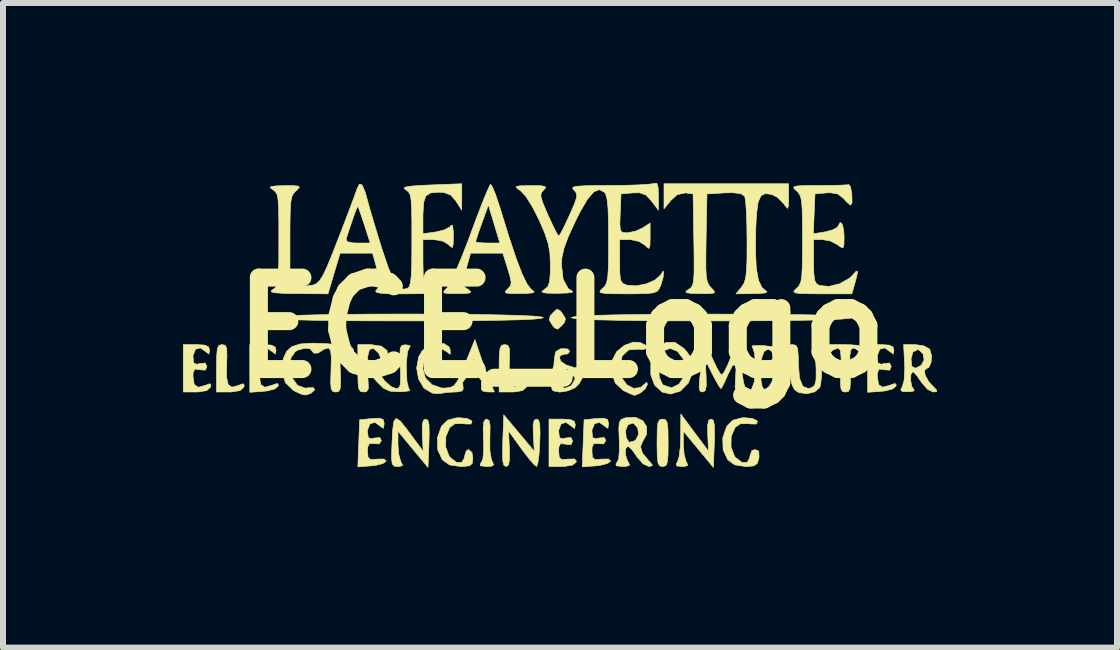
<source format=kicad_pcb>
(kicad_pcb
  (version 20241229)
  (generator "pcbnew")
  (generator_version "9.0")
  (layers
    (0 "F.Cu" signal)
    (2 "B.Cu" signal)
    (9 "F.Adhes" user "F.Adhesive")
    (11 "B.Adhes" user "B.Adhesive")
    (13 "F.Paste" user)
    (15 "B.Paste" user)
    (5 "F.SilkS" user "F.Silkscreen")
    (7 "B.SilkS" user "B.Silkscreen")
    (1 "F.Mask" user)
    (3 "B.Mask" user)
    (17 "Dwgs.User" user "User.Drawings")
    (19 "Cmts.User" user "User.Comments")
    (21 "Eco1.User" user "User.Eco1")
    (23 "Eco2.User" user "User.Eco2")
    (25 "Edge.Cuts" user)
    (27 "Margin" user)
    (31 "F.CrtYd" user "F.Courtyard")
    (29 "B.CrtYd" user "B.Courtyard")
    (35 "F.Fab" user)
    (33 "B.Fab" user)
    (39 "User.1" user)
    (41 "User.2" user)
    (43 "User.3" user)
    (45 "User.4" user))
  (footprint "ECE_Logo"
    (layer "F.Cu")
    (at 6.309 2.412)
    (property "Reference" "ECE_Logo" (at 0 0 0) (layer "F.SilkS") (effects (font (size 1.524 1.524) (thickness 0.3))))
    (attr through_hole)
    (fp_poly (pts (xy -0.024 -0.285) (xy 0.016 -0.235) (xy 0.067 -0.15) (xy 0.049 -0.085) (xy 0.008 -0.037) (xy -0.062 0.025) (xy -0.115 0.003) (xy -0.155 -0.047) (xy -0.205 -0.132) (xy -0.187 -0.197) (xy -0.146 -0.245) (xy -0.077 -0.308) (xy -0.024 -0.285)) (stroke (width 0.01) (type solid)) (fill yes) (layer "F.SilkS"))
    (fp_poly (pts (xy -1.207 1.547) (xy -1.19 1.632) (xy -1.192 1.801) (xy -1.194 1.836) (xy -1.193 2.052) (xy -1.168 2.199) (xy -1.153 2.231) (xy -1.129 2.287) (xy -1.17 2.31) (xy -1.253 2.313) (xy -1.35 2.303) (xy -1.356 2.272) (xy -1.346 2.264) (xy -1.31 2.19) (xy -1.296 2.033) (xy -1.3 1.87) (xy -1.305 1.674) (xy -1.294 1.567) (xy -1.264 1.526) (xy -1.247 1.524) (xy -1.207 1.547)) (stroke (width 0.01) (type solid)) (fill yes) (layer "F.SilkS"))
    (fp_poly (pts (xy 1.734 1.535) (xy 1.762 1.583) (xy 1.775 1.692) (xy 1.778 1.888) (xy 1.778 1.919) (xy 1.776 2.127) (xy 1.764 2.246) (xy 1.739 2.3) (xy 1.693 2.314) (xy 1.686 2.314) (xy 1.637 2.304) (xy 1.609 2.255) (xy 1.597 2.146) (xy 1.593 1.951) (xy 1.593 1.919) (xy 1.596 1.711) (xy 1.607 1.593) (xy 1.633 1.538) (xy 1.678 1.524) (xy 1.686 1.524) (xy 1.734 1.535)) (stroke (width 0.01) (type solid)) (fill yes) (layer "F.SilkS"))
    (fp_poly (pts (xy -5.605 0.293) (xy -5.58 0.345) (xy -5.576 0.464) (xy -5.581 0.598) (xy -5.583 0.822) (xy -5.556 0.949) (xy -5.494 0.992) (xy -5.39 0.964) (xy -5.39 0.964) (xy -5.307 0.934) (xy -5.288 0.96) (xy -5.295 0.99) (xy -5.359 1.049) (xy -5.506 1.072) (xy -5.535 1.072) (xy -5.75 1.072) (xy -5.75 0.677) (xy -5.747 0.47) (xy -5.736 0.351) (xy -5.71 0.296) (xy -5.665 0.282) (xy -5.657 0.282) (xy -5.605 0.293)) (stroke (width 0.01) (type solid)) (fill yes) (layer "F.SilkS"))
    (fp_poly (pts (xy -0.895 0.293) (xy -0.869 0.345) (xy -0.865 0.464) (xy -0.87 0.598) (xy -0.872 0.822) (xy -0.846 0.949) (xy -0.784 0.992) (xy -0.679 0.964) (xy -0.679 0.964) (xy -0.596 0.934) (xy -0.577 0.96) (xy -0.584 0.99) (xy -0.649 1.049) (xy -0.796 1.072) (xy -0.825 1.072) (xy -1.039 1.072) (xy -1.039 0.677) (xy -1.037 0.47) (xy -1.025 0.351) (xy -1 0.296) (xy -0.954 0.282) (xy -0.947 0.282) (xy -0.895 0.293)) (stroke (width 0.01) (type solid)) (fill yes) (layer "F.SilkS"))
    (fp_poly (pts (xy 2.22 1.75) (xy 2.452 2.06) (xy 2.438 1.792) (xy 2.436 1.623) (xy 2.456 1.542) (xy 2.493 1.524) (xy 2.53 1.543) (xy 2.548 1.617) (xy 2.552 1.765) (xy 2.548 1.926) (xy 2.532 2.329) (xy 2.282 2.027) (xy 2.032 1.725) (xy 2.032 1.952) (xy 2.045 2.114) (xy 2.077 2.231) (xy 2.087 2.246) (xy 2.108 2.295) (xy 2.053 2.313) (xy 2.009 2.314) (xy 1.922 2.305) (xy 1.914 2.269) (xy 1.93 2.246) (xy 1.96 2.155) (xy 1.981 1.985) (xy 1.987 1.809) (xy 1.989 1.439) (xy 2.22 1.75)) (stroke (width 0.01) (type solid)) (fill yes) (layer "F.SilkS"))
    (fp_poly (pts (xy -0.708 1.756) (xy -0.453 2.06) (xy -0.469 1.792) (xy -0.473 1.624) (xy -0.454 1.542) (xy -0.416 1.524) (xy -0.379 1.544) (xy -0.361 1.618) (xy -0.357 1.768) (xy -0.362 1.919) (xy -0.374 2.114) (xy -0.393 2.255) (xy -0.414 2.314) (xy -0.415 2.314) (xy -0.463 2.275) (xy -0.551 2.171) (xy -0.662 2.026) (xy -0.668 2.018) (xy -0.882 1.722) (xy -0.868 2.018) (xy -0.866 2.197) (xy -0.882 2.288) (xy -0.922 2.314) (xy -0.924 2.314) (xy -0.959 2.295) (xy -0.978 2.224) (xy -0.982 2.079) (xy -0.978 1.884) (xy -0.962 1.453) (xy -0.708 1.756)) (stroke (width 0.01) (type solid)) (fill yes) (layer "F.SilkS"))
    (fp_poly (pts (xy 1.311 0.247) (xy 1.411 0.297) (xy 1.425 0.343) (xy 1.36 0.365) (xy 1.278 0.358) (xy 1.12 0.37) (xy 1.013 0.471) (xy 0.97 0.65) (xy 0.97 0.673) (xy 1.005 0.835) (xy 1.092 0.955) (xy 1.207 1.013) (xy 1.324 0.994) (xy 1.376 0.948) (xy 1.422 0.91) (xy 1.432 0.946) (xy 1.395 1.02) (xy 1.311 1.091) (xy 1.224 1.127) (xy 1.215 1.127) (xy 1.151 1.104) (xy 1.043 1.053) (xy 1.029 1.046) (xy 0.896 0.921) (xy 0.837 0.736) (xy 0.851 0.535) (xy 0.92 0.4) (xy 1.048 0.295) (xy 1.199 0.241) (xy 1.311 0.247)) (stroke (width 0.01) (type solid)) (fill yes) (layer "F.SilkS"))
    (fp_poly (pts (xy -2.689 1.555) (xy -2.586 1.681) (xy -2.535 1.75) (xy -2.305 2.06) (xy -2.319 1.792) (xy -2.321 1.623) (xy -2.301 1.542) (xy -2.263 1.524) (xy -2.227 1.543) (xy -2.208 1.617) (xy -2.205 1.765) (xy -2.209 1.926) (xy -2.225 2.329) (xy -2.475 2.027) (xy -2.725 1.725) (xy -2.725 1.952) (xy -2.712 2.114) (xy -2.679 2.231) (xy -2.669 2.246) (xy -2.647 2.297) (xy -2.703 2.314) (xy -2.727 2.314) (xy -2.788 2.308) (xy -2.821 2.272) (xy -2.832 2.18) (xy -2.828 2.006) (xy -2.826 1.962) (xy -2.814 1.708) (xy -2.793 1.561) (xy -2.755 1.512) (xy -2.689 1.555)) (stroke (width 0.01) (type solid)) (fill yes) (layer "F.SilkS"))
    (fp_poly (pts (xy 3.109 -0.225) (xy 3.615 -0.221) (xy 4.037 -0.216) (xy 4.372 -0.208) (xy 4.62 -0.199) (xy 4.778 -0.187) (xy 4.846 -0.173) (xy 4.849 -0.169) (xy 4.803 -0.155) (xy 4.666 -0.143) (xy 4.44 -0.133) (xy 4.126 -0.125) (xy 3.725 -0.119) (xy 3.238 -0.115) (xy 2.668 -0.113) (xy 2.491 -0.113) (xy 1.889 -0.114) (xy 1.376 -0.117) (xy 0.952 -0.123) (xy 0.618 -0.13) (xy 0.375 -0.14) (xy 0.223 -0.152) (xy 0.162 -0.166) (xy 0.162 -0.169) (xy 0.215 -0.183) (xy 0.358 -0.196) (xy 0.589 -0.206) (xy 0.906 -0.214) (xy 1.305 -0.22) (xy 1.785 -0.224) (xy 2.343 -0.226) (xy 2.52 -0.226) (xy 3.109 -0.225)) (stroke (width 0.01) (type solid)) (fill yes) (layer "F.SilkS"))
    (fp_poly (pts (xy -5.947 0.29) (xy -5.881 0.321) (xy -5.865 0.378) (xy -5.878 0.44) (xy -5.921 0.406) (xy -6.018 0.337) (xy -6.1 0.359) (xy -6.141 0.462) (xy -6.142 0.486) (xy -6.13 0.59) (xy -6.077 0.61) (xy -6.027 0.598) (xy -5.938 0.589) (xy -5.911 0.645) (xy -5.911 0.649) (xy -5.936 0.708) (xy -6.021 0.702) (xy -6.027 0.701) (xy -6.112 0.69) (xy -6.14 0.75) (xy -6.142 0.809) (xy -6.122 0.948) (xy -6.053 0.994) (xy -5.94 0.962) (xy -5.859 0.934) (xy -5.842 0.963) (xy -5.849 0.99) (xy -5.913 1.049) (xy -6.06 1.072) (xy -6.089 1.072) (xy -6.304 1.072) (xy -6.304 0.282) (xy -6.084 0.282) (xy -5.947 0.29)) (stroke (width 0.01) (type solid)) (fill yes) (layer "F.SilkS"))
    (fp_poly (pts (xy -4.839 0.29) (xy -4.773 0.321) (xy -4.757 0.378) (xy -4.769 0.44) (xy -4.812 0.406) (xy -4.91 0.337) (xy -4.992 0.359) (xy -5.033 0.462) (xy -5.034 0.486) (xy -5.022 0.59) (xy -4.968 0.61) (xy -4.918 0.598) (xy -4.83 0.589) (xy -4.803 0.645) (xy -4.803 0.649) (xy -4.827 0.708) (xy -4.912 0.702) (xy -4.918 0.701) (xy -5.003 0.69) (xy -5.032 0.75) (xy -5.034 0.809) (xy -5.014 0.947) (xy -4.946 0.993) (xy -4.826 0.96) (xy -4.739 0.929) (xy -4.718 0.955) (xy -4.722 0.973) (xy -4.777 1.02) (xy -4.898 1.053) (xy -4.968 1.061) (xy -5.195 1.077) (xy -5.195 0.282) (xy -4.976 0.282) (xy -4.839 0.29)) (stroke (width 0.01) (type solid)) (fill yes) (layer "F.SilkS"))
    (fp_poly (pts (xy 0.149 1.532) (xy 0.215 1.563) (xy 0.231 1.62) (xy 0.218 1.682) (xy 0.175 1.648) (xy 0.078 1.579) (xy -0.004 1.601) (xy -0.045 1.704) (xy -0.046 1.728) (xy -0.034 1.832) (xy 0.019 1.852) (xy 0.069 1.839) (xy 0.158 1.831) (xy 0.185 1.886) (xy 0.185 1.891) (xy 0.16 1.95) (xy 0.075 1.944) (xy 0.069 1.942) (xy -0.014 1.931) (xy -0.044 1.989) (xy -0.046 2.06) (xy -0.037 2.163) (xy 0.008 2.198) (xy 0.11 2.191) (xy 0.217 2.188) (xy 0.248 2.223) (xy 0.244 2.242) (xy 0.183 2.29) (xy 0.05 2.313) (xy 0.007 2.314) (xy -0.208 2.314) (xy -0.208 1.524) (xy 0.012 1.524) (xy 0.149 1.532)) (stroke (width 0.01) (type solid)) (fill yes) (layer "F.SilkS"))
    (fp_poly (pts (xy 5.459 0.29) (xy 5.526 0.321) (xy 5.542 0.378) (xy 5.529 0.44) (xy 5.486 0.406) (xy 5.389 0.337) (xy 5.306 0.359) (xy 5.266 0.462) (xy 5.265 0.486) (xy 5.276 0.59) (xy 5.33 0.61) (xy 5.38 0.598) (xy 5.469 0.589) (xy 5.496 0.645) (xy 5.496 0.649) (xy 5.471 0.708) (xy 5.386 0.702) (xy 5.38 0.701) (xy 5.295 0.69) (xy 5.267 0.75) (xy 5.265 0.809) (xy 5.285 0.947) (xy 5.352 0.993) (xy 5.473 0.96) (xy 5.559 0.929) (xy 5.58 0.955) (xy 5.577 0.973) (xy 5.522 1.02) (xy 5.401 1.053) (xy 5.33 1.061) (xy 5.103 1.077) (xy 5.103 0.282) (xy 5.322 0.282) (xy 5.459 0.29)) (stroke (width 0.01) (type solid)) (fill yes) (layer "F.SilkS"))
    (fp_poly (pts (xy -1.995 -0.226) (xy -1.617 -0.222) (xy -1.267 -0.218) (xy -0.954 -0.211) (xy -0.69 -0.203) (xy -0.486 -0.194) (xy -0.353 -0.182) (xy -0.3 -0.169) (xy -0.3 -0.169) (xy -0.338 -0.155) (xy -0.468 -0.142) (xy -0.69 -0.132) (xy -1.001 -0.124) (xy -1.403 -0.118) (xy -1.895 -0.114) (xy -2.475 -0.113) (xy -2.586 -0.113) (xy -3.182 -0.114) (xy -3.689 -0.117) (xy -4.107 -0.123) (xy -4.435 -0.131) (xy -4.672 -0.14) (xy -4.818 -0.152) (xy -4.872 -0.167) (xy -4.872 -0.169) (xy -4.821 -0.182) (xy -4.688 -0.193) (xy -4.485 -0.203) (xy -4.222 -0.211) (xy -3.909 -0.218) (xy -3.559 -0.222) (xy -3.182 -0.226) (xy -2.788 -0.227) (xy -2.389 -0.227) (xy -1.995 -0.226)) (stroke (width 0.01) (type solid)) (fill yes) (layer "F.SilkS"))
    (fp_poly (pts (xy -1.575 1.513) (xy -1.499 1.55) (xy -1.491 1.563) (xy -1.508 1.606) (xy -1.6 1.605) (xy -1.628 1.6) (xy -1.774 1.601) (xy -1.862 1.663) (xy -1.927 1.813) (xy -1.93 1.99) (xy -1.871 2.144) (xy -1.855 2.164) (xy -1.749 2.245) (xy -1.663 2.247) (xy -1.618 2.173) (xy -1.616 2.145) (xy -1.587 2.053) (xy -1.547 2.032) (xy -1.491 2.081) (xy -1.478 2.173) (xy -1.486 2.26) (xy -1.529 2.301) (xy -1.63 2.314) (xy -1.686 2.314) (xy -1.864 2.288) (xy -1.983 2.205) (xy -1.986 2.201) (xy -2.063 2.035) (xy -2.069 1.837) (xy -2.003 1.65) (xy -1.994 1.635) (xy -1.898 1.542) (xy -1.757 1.504) (xy -1.71 1.501) (xy -1.575 1.513)) (stroke (width 0.01) (type solid)) (fill yes) (layer "F.SilkS"))
    (fp_poly (pts (xy 2.045 0.35) (xy 2.086 0.397) (xy 2.177 0.527) (xy 2.205 0.637) (xy 2.195 0.721) (xy 2.115 0.922) (xy 1.983 1.056) (xy 1.82 1.106) (xy 1.677 1.073) (xy 1.552 0.957) (xy 1.489 0.785) (xy 1.489 0.669) (xy 1.616 0.669) (xy 1.633 0.83) (xy 1.683 0.943) (xy 1.697 0.956) (xy 1.835 1.002) (xy 1.958 0.942) (xy 2.03 0.833) (xy 2.075 0.71) (xy 2.066 0.609) (xy 2.03 0.522) (xy 1.933 0.394) (xy 1.811 0.345) (xy 1.694 0.388) (xy 1.683 0.398) (xy 1.632 0.508) (xy 1.616 0.669) (xy 1.489 0.669) (xy 1.49 0.59) (xy 1.56 0.407) (xy 1.591 0.364) (xy 1.737 0.247) (xy 1.889 0.243) (xy 2.045 0.35)) (stroke (width 0.01) (type solid)) (fill yes) (layer "F.SilkS"))
    (fp_poly (pts (xy 3.181 1.513) (xy 3.258 1.55) (xy 3.266 1.563) (xy 3.249 1.606) (xy 3.157 1.605) (xy 3.128 1.6) (xy 2.983 1.601) (xy 2.894 1.663) (xy 2.829 1.813) (xy 2.826 1.99) (xy 2.885 2.144) (xy 2.902 2.164) (xy 3.008 2.245) (xy 3.094 2.247) (xy 3.138 2.173) (xy 3.14 2.145) (xy 3.173 2.05) (xy 3.226 2.032) (xy 3.288 2.057) (xy 3.293 2.151) (xy 3.29 2.173) (xy 3.265 2.262) (xy 3.209 2.303) (xy 3.092 2.314) (xy 3.066 2.314) (xy 2.886 2.286) (xy 2.771 2.201) (xy 2.694 2.035) (xy 2.688 1.837) (xy 2.753 1.65) (xy 2.763 1.635) (xy 2.858 1.542) (xy 2.999 1.504) (xy 3.047 1.501) (xy 3.181 1.513)) (stroke (width 0.01) (type solid)) (fill yes) (layer "F.SilkS"))
    (fp_poly (pts (xy -2.972 1.531) (xy -2.956 1.592) (xy -2.956 1.605) (xy -2.967 1.678) (xy -3.009 1.651) (xy -3.011 1.648) (xy -3.109 1.579) (xy -3.191 1.601) (xy -3.232 1.704) (xy -3.233 1.728) (xy -3.221 1.832) (xy -3.167 1.852) (xy -3.117 1.839) (xy -3.027 1.832) (xy -3.002 1.882) (xy -3.037 1.937) (xy -3.117 1.933) (xy -3.201 1.929) (xy -3.23 1.992) (xy -3.233 2.06) (xy -3.224 2.161) (xy -3.181 2.198) (xy -3.075 2.191) (xy -3.07 2.191) (xy -2.96 2.189) (xy -2.923 2.221) (xy -2.924 2.227) (xy -2.975 2.264) (xy -3.088 2.293) (xy -3.167 2.303) (xy -3.394 2.319) (xy -3.379 1.927) (xy -3.364 1.535) (xy -3.16 1.515) (xy -3.032 1.509) (xy -2.972 1.531)) (stroke (width 0.01) (type solid)) (fill yes) (layer "F.SilkS"))
    (fp_poly (pts (xy 0.768 1.531) (xy 0.785 1.592) (xy 0.785 1.605) (xy 0.774 1.678) (xy 0.732 1.651) (xy 0.73 1.648) (xy 0.632 1.579) (xy 0.55 1.601) (xy 0.509 1.704) (xy 0.508 1.728) (xy 0.52 1.832) (xy 0.574 1.852) (xy 0.623 1.839) (xy 0.714 1.832) (xy 0.739 1.882) (xy 0.704 1.937) (xy 0.623 1.933) (xy 0.54 1.929) (xy 0.51 1.992) (xy 0.508 2.06) (xy 0.516 2.161) (xy 0.56 2.198) (xy 0.666 2.191) (xy 0.67 2.191) (xy 0.781 2.189) (xy 0.818 2.221) (xy 0.817 2.227) (xy 0.765 2.264) (xy 0.652 2.293) (xy 0.574 2.303) (xy 0.346 2.319) (xy 0.362 1.927) (xy 0.377 1.535) (xy 0.581 1.515) (xy 0.708 1.509) (xy 0.768 1.531)) (stroke (width 0.01) (type solid)) (fill yes) (layer "F.SilkS"))
    (fp_poly (pts (xy 3.367 0.299) (xy 3.538 0.32) (xy 3.637 0.37) (xy 3.666 0.409) (xy 3.69 0.538) (xy 3.635 0.647) (xy 3.515 0.715) (xy 3.471 0.723) (xy 3.367 0.753) (xy 3.328 0.824) (xy 3.325 0.874) (xy 3.347 0.988) (xy 3.383 1.035) (xy 3.382 1.054) (xy 3.308 1.067) (xy 3.281 1.068) (xy 3.18 1.063) (xy 3.159 1.034) (xy 3.177 1.005) (xy 3.212 0.91) (xy 3.229 0.754) (xy 3.23 0.639) (xy 3.333 0.639) (xy 3.375 0.672) (xy 3.426 0.668) (xy 3.51 0.62) (xy 3.533 0.508) (xy 3.506 0.393) (xy 3.444 0.357) (xy 3.378 0.396) (xy 3.335 0.51) (xy 3.333 0.527) (xy 3.333 0.639) (xy 3.23 0.639) (xy 3.231 0.579) (xy 3.217 0.424) (xy 3.186 0.328) (xy 3.175 0.318) (xy 3.184 0.303) (xy 3.265 0.297) (xy 3.367 0.299)) (stroke (width 0.01) (type solid)) (fill yes) (layer "F.SilkS"))
    (fp_poly (pts (xy 0.104 0.355) (xy 0.139 0.394) (xy 0.102 0.439) (xy 0.063 0.44) (xy -0.013 0.461) (xy -0.034 0.494) (xy -0.011 0.562) (xy 0.08 0.623) (xy 0.216 0.666) (xy 0.338 0.679) (xy 0.432 0.687) (xy 0.446 0.714) (xy 0.416 0.751) (xy 0.335 0.859) (xy 0.295 0.933) (xy 0.222 1.004) (xy 0.101 1.054) (xy -0.031 1.074) (xy -0.132 1.054) (xy -0.152 1.037) (xy -0.18 0.945) (xy -0.181 0.858) (xy -0.069 0.858) (xy -0.042 0.937) (xy 0.052 1.011) (xy 0.152 0.973) (xy 0.175 0.948) (xy 0.226 0.857) (xy 0.214 0.806) (xy 0.156 0.813) (xy 0.104 0.817) (xy 0.109 0.763) (xy 0.112 0.689) (xy 0.064 0.69) (xy -0.018 0.763) (xy -0.021 0.768) (xy -0.069 0.858) (xy -0.181 0.858) (xy -0.181 0.814) (xy -0.155 0.717) (xy -0.152 0.713) (xy -0.127 0.632) (xy -0.118 0.52) (xy -0.098 0.403) (xy -0.023 0.355) (xy 0.012 0.349) (xy 0.104 0.355)) (stroke (width 0.01) (type solid)) (fill yes) (layer "F.SilkS"))
    (fp_poly (pts (xy 2.985 0.328) (xy 2.999 0.471) (xy 3.002 0.571) (xy 3.011 0.76) (xy 3.035 0.916) (xy 3.05 0.963) (xy 3.072 1.045) (xy 3.025 1.071) (xy 2.99 1.072) (xy 2.918 1.059) (xy 2.894 0.996) (xy 2.9 0.878) (xy 2.909 0.692) (xy 2.891 0.612) (xy 2.846 0.639) (xy 2.778 0.774) (xy 2.777 0.776) (xy 2.715 0.916) (xy 2.669 1.003) (xy 2.657 1.016) (xy 2.624 0.972) (xy 2.561 0.861) (xy 2.517 0.776) (xy 2.396 0.536) (xy 2.411 0.804) (xy 2.414 0.971) (xy 2.395 1.052) (xy 2.351 1.072) (xy 2.309 1.057) (xy 2.295 0.992) (xy 2.304 0.853) (xy 2.313 0.776) (xy 2.337 0.577) (xy 2.358 0.402) (xy 2.365 0.339) (xy 2.379 0.272) (xy 2.403 0.275) (xy 2.449 0.361) (xy 2.508 0.494) (xy 2.581 0.652) (xy 2.642 0.76) (xy 2.671 0.79) (xy 2.71 0.743) (xy 2.77 0.623) (xy 2.816 0.51) (xy 2.881 0.362) (xy 2.937 0.272) (xy 2.963 0.259) (xy 2.985 0.328)) (stroke (width 0.01) (type solid)) (fill yes) (layer "F.SilkS"))
    (fp_poly (pts (xy 5.894 0.282) (xy 6.036 0.302) (xy 6.132 0.353) (xy 6.14 0.364) (xy 6.169 0.464) (xy 6.161 0.581) (xy 6.122 0.664) (xy 6.093 0.677) (xy 6.05 0.712) (xy 6.064 0.798) (xy 6.125 0.904) (xy 6.172 0.955) (xy 6.248 1.034) (xy 6.256 1.066) (xy 6.197 1.072) (xy 6.196 1.072) (xy 6.104 1.029) (xy 6.007 0.92) (xy 5.996 0.903) (xy 5.92 0.793) (xy 5.863 0.736) (xy 5.856 0.734) (xy 5.825 0.778) (xy 5.82 0.878) (xy 5.84 0.981) (xy 5.877 1.035) (xy 5.876 1.055) (xy 5.803 1.067) (xy 5.779 1.068) (xy 5.679 1.064) (xy 5.655 1.035) (xy 5.679 0.99) (xy 5.712 0.876) (xy 5.722 0.683) (xy 5.719 0.594) (xy 5.716 0.522) (xy 5.827 0.522) (xy 5.839 0.645) (xy 5.903 0.676) (xy 5.997 0.627) (xy 6.044 0.539) (xy 6.028 0.437) (xy 5.962 0.372) (xy 5.934 0.367) (xy 5.858 0.405) (xy 5.827 0.522) (xy 5.716 0.522) (xy 5.703 0.282) (xy 5.894 0.282)) (stroke (width 0.01) (type solid)) (fill yes) (layer "F.SilkS"))
    (fp_poly (pts (xy 1.356 1.552) (xy 1.421 1.653) (xy 1.418 1.781) (xy 1.358 1.888) (xy 1.317 1.982) (xy 1.35 2.09) (xy 1.462 2.226) (xy 1.478 2.242) (xy 1.519 2.295) (xy 1.477 2.311) (xy 1.452 2.312) (xy 1.361 2.27) (xy 1.265 2.161) (xy 1.254 2.145) (xy 1.176 2.034) (xy 1.115 1.978) (xy 1.107 1.976) (xy 1.069 2.019) (xy 1.067 2.116) (xy 1.1 2.22) (xy 1.118 2.246) (xy 1.136 2.292) (xy 1.082 2.311) (xy 1.014 2.313) (xy 0.915 2.303) (xy 0.907 2.273) (xy 0.916 2.264) (xy 0.954 2.189) (xy 0.966 2.03) (xy 0.963 1.874) (xy 0.957 1.716) (xy 1.068 1.716) (xy 1.079 1.834) (xy 1.127 1.911) (xy 1.207 1.892) (xy 1.24 1.869) (xy 1.285 1.78) (xy 1.271 1.672) (xy 1.206 1.597) (xy 1.189 1.591) (xy 1.109 1.618) (xy 1.068 1.716) (xy 0.957 1.716) (xy 0.956 1.685) (xy 0.964 1.58) (xy 0.996 1.529) (xy 1.06 1.505) (xy 1.074 1.501) (xy 1.235 1.495) (xy 1.356 1.552)) (stroke (width 0.01) (type solid)) (fill yes) (layer "F.SilkS"))
    (fp_poly (pts (xy -3.914 0.267) (xy -3.701 0.285) (xy -3.565 0.305) (xy -3.492 0.333) (xy -3.465 0.372) (xy -3.464 0.386) (xy -3.476 0.442) (xy -3.519 0.406) (xy -3.603 0.346) (xy -3.638 0.339) (xy -3.673 0.365) (xy -3.69 0.457) (xy -3.69 0.636) (xy -3.687 0.706) (xy -3.681 0.904) (xy -3.688 1.014) (xy -3.713 1.062) (xy -3.762 1.073) (xy -3.764 1.073) (xy -3.813 1.063) (xy -3.839 1.016) (xy -3.847 0.908) (xy -3.841 0.713) (xy -3.841 0.706) (xy -3.836 0.5) (xy -3.847 0.386) (xy -3.876 0.341) (xy -3.891 0.339) (xy -3.972 0.363) (xy -3.988 0.378) (xy -4.057 0.422) (xy -4.128 0.425) (xy -4.156 0.39) (xy -4.194 0.348) (xy -4.285 0.343) (xy -4.393 0.374) (xy -4.436 0.397) (xy -4.509 0.502) (xy -4.526 0.642) (xy -4.491 0.833) (xy -4.4 0.962) (xy -4.27 1.008) (xy -4.227 1.003) (xy -4.135 1) (xy -4.113 1.036) (xy -4.171 1.089) (xy -4.183 1.095) (xy -4.253 1.121) (xy -4.318 1.116) (xy -4.414 1.073) (xy -4.466 1.046) (xy -4.599 0.921) (xy -4.658 0.74) (xy -4.638 0.522) (xy -4.635 0.514) (xy -4.581 0.394) (xy -4.492 0.315) (xy -4.353 0.271) (xy -4.15 0.258) (xy -3.914 0.267)) (stroke (width 0.01) (type solid)) (fill yes) (layer "F.SilkS"))
    (fp_poly (pts (xy -3.003 0.308) (xy -2.907 0.382) (xy -2.894 0.498) (xy -2.955 0.635) (xy -3.013 0.736) (xy -3.011 0.803) (xy -2.945 0.889) (xy -2.939 0.895) (xy -2.839 0.982) (xy -2.752 1.016) (xy -2.709 1.002) (xy -2.686 0.946) (xy -2.681 0.821) (xy -2.686 0.649) (xy -2.693 0.452) (xy -2.687 0.343) (xy -2.662 0.296) (xy -2.61 0.286) (xy -2.586 0.287) (xy -2.521 0.299) (xy -2.528 0.32) (xy -2.565 0.396) (xy -2.584 0.571) (xy -2.586 0.677) (xy -2.576 0.893) (xy -2.547 1.014) (xy -2.528 1.035) (xy -2.536 1.052) (xy -2.616 1.064) (xy -2.699 1.068) (xy -2.854 1.059) (xy -2.963 1.011) (xy -3.075 0.902) (xy -3.086 0.889) (xy -3.244 0.706) (xy -3.223 0.889) (xy -3.218 1.016) (xy -3.25 1.066) (xy -3.298 1.072) (xy -3.349 1.063) (xy -3.378 1.018) (xy -3.391 0.913) (xy -3.394 0.724) (xy -3.394 0.677) (xy -3.394 0.508) (xy -3.233 0.508) (xy -3.208 0.641) (xy -3.145 0.676) (xy -3.058 0.607) (xy -3.048 0.593) (xy -3.014 0.502) (xy -3.048 0.423) (xy -3.136 0.342) (xy -3.202 0.366) (xy -3.232 0.488) (xy -3.233 0.508) (xy -3.394 0.508) (xy -3.394 0.282) (xy -3.177 0.282) (xy -3.003 0.308)) (stroke (width 0.01) (type solid)) (fill yes) (layer "F.SilkS"))
    (fp_poly (pts (xy -1.362 0.438) (xy -1.292 0.64) (xy -1.216 0.837) (xy -1.201 0.875) (xy -1.118 1.072) (xy -1.229 1.072) (xy -1.311 1.057) (xy -1.334 1.03) (xy -1.335 0.877) (xy -1.396 0.803) (xy -1.473 0.79) (xy -1.584 0.825) (xy -1.647 0.91) (xy -1.639 1.017) (xy -1.637 1.021) (xy -1.659 1.055) (xy -1.747 1.072) (xy -1.771 1.072) (xy -1.899 1.078) (xy -1.99 1.092) (xy -1.994 1.093) (xy -2.088 1.099) (xy -2.154 1.09) (xy -2.293 1.007) (xy -2.382 0.856) (xy -2.414 0.673) (xy -2.381 0.489) (xy -2.321 0.385) (xy -2.212 0.299) (xy -2.081 0.258) (xy -1.959 0.265) (xy -1.875 0.319) (xy -1.856 0.367) (xy -1.852 0.442) (xy -1.888 0.421) (xy -1.898 0.409) (xy -2.008 0.345) (xy -2.129 0.367) (xy -2.234 0.459) (xy -2.3 0.603) (xy -2.309 0.69) (xy -2.267 0.84) (xy -2.157 0.951) (xy -2.002 1.005) (xy -1.946 1.007) (xy -1.855 0.997) (xy -1.79 0.966) (xy -1.734 0.89) (xy -1.667 0.749) (xy -1.616 0.624) (xy -1.524 0.624) (xy -1.489 0.676) (xy -1.478 0.677) (xy -1.437 0.631) (xy -1.432 0.589) (xy -1.454 0.531) (xy -1.478 0.536) (xy -1.522 0.608) (xy -1.524 0.624) (xy -1.616 0.624) (xy -1.605 0.598) (xy -1.442 0.198) (xy -1.362 0.438)) (stroke (width 0.01) (type solid)) (fill yes) (layer "F.SilkS"))
    (fp_poly (pts (xy -1.15 -2.345) (xy -1.098 -2.218) (xy -1.036 -2.034) (xy -1.018 -1.976) (xy -0.876 -1.516) (xy -0.756 -1.158) (xy -0.656 -0.897) (xy -0.573 -0.726) (xy -0.504 -0.639) (xy -0.495 -0.632) (xy -0.454 -0.6) (xy -0.476 -0.581) (xy -0.572 -0.571) (xy -0.69 -0.568) (xy -0.846 -0.569) (xy -0.924 -0.579) (xy -0.937 -0.603) (xy -0.901 -0.642) (xy -0.851 -0.694) (xy -0.838 -0.755) (xy -0.859 -0.859) (xy -0.896 -0.981) (xy -0.977 -1.242) (xy -1.515 -1.242) (xy -1.589 -0.978) (xy -1.629 -0.825) (xy -1.65 -0.725) (xy -1.651 -0.704) (xy -1.607 -0.672) (xy -1.547 -0.631) (xy -1.511 -0.596) (xy -1.537 -0.577) (xy -1.637 -0.569) (xy -1.732 -0.567) (xy -1.883 -0.569) (xy -1.956 -0.579) (xy -1.963 -0.604) (xy -1.918 -0.653) (xy -1.907 -0.664) (xy -1.853 -0.749) (xy -1.773 -0.916) (xy -1.675 -1.147) (xy -1.568 -1.42) (xy -1.563 -1.432) (xy -1.432 -1.432) (xy -1.39 -1.419) (xy -1.286 -1.412) (xy -1.229 -1.411) (xy -1.027 -1.411) (xy -1.122 -1.728) (xy -1.218 -2.045) (xy -1.325 -1.749) (xy -1.383 -1.586) (xy -1.421 -1.469) (xy -1.432 -1.432) (xy -1.563 -1.432) (xy -1.512 -1.571) (xy -1.409 -1.848) (xy -1.317 -2.086) (xy -1.244 -2.266) (xy -1.195 -2.37) (xy -1.182 -2.39) (xy -1.15 -2.345)) (stroke (width 0.01) (type solid)) (fill yes) (layer "F.SilkS"))
    (fp_poly (pts (xy 4.63 0.282) (xy 4.826 0.285) (xy 4.947 0.296) (xy 5.01 0.319) (xy 5.032 0.358) (xy 5.034 0.378) (xy 5.021 0.44) (xy 4.978 0.406) (xy 4.894 0.346) (xy 4.859 0.339) (xy 4.824 0.365) (xy 4.808 0.457) (xy 4.808 0.636) (xy 4.811 0.706) (xy 4.816 0.904) (xy 4.809 1.014) (xy 4.784 1.062) (xy 4.735 1.073) (xy 4.734 1.073) (xy 4.684 1.063) (xy 4.658 1.016) (xy 4.651 0.908) (xy 4.656 0.713) (xy 4.657 0.706) (xy 4.661 0.499) (xy 4.65 0.384) (xy 4.62 0.341) (xy 4.608 0.339) (xy 4.521 0.376) (xy 4.489 0.406) (xy 4.443 0.446) (xy 4.433 0.406) (xy 4.403 0.343) (xy 4.387 0.339) (xy 4.361 0.39) (xy 4.344 0.52) (xy 4.34 0.635) (xy 4.334 0.816) (xy 4.318 0.954) (xy 4.305 0.997) (xy 4.222 1.069) (xy 4.092 1.101) (xy 3.96 1.082) (xy 3.94 1.073) (xy 3.885 1.032) (xy 3.846 0.96) (xy 3.816 0.833) (xy 3.79 0.629) (xy 3.774 0.466) (xy 3.771 0.338) (xy 3.806 0.288) (xy 3.853 0.282) (xy 3.907 0.294) (xy 3.936 0.348) (xy 3.947 0.47) (xy 3.949 0.6) (xy 3.967 0.84) (xy 4.023 0.978) (xy 4.116 1.015) (xy 4.177 0.997) (xy 4.222 0.956) (xy 4.243 0.869) (xy 4.245 0.709) (xy 4.241 0.621) (xy 4.226 0.282) (xy 4.63 0.282)) (stroke (width 0.01) (type solid)) (fill yes) (layer "F.SilkS"))
    (fp_poly (pts (xy 3.786 -2.173) (xy 3.783 -2.032) (xy 3.769 -1.989) (xy 3.731 -2.029) (xy 3.705 -2.067) (xy 3.601 -2.172) (xy 3.509 -2.22) (xy 3.4 -2.236) (xy 3.325 -2.198) (xy 3.278 -2.091) (xy 3.252 -1.9) (xy 3.239 -1.664) (xy 3.234 -1.276) (xy 3.248 -0.989) (xy 3.284 -0.79) (xy 3.342 -0.669) (xy 3.385 -0.632) (xy 3.426 -0.6) (xy 3.404 -0.58) (xy 3.308 -0.571) (xy 3.198 -0.568) (xy 2.909 -0.564) (xy 3.002 -0.677) (xy 3.042 -0.738) (xy 3.068 -0.818) (xy 3.084 -0.94) (xy 3.092 -1.126) (xy 3.093 -1.399) (xy 3.093 -1.453) (xy 3.09 -1.721) (xy 3.081 -1.95) (xy 3.069 -2.116) (xy 3.055 -2.19) (xy 2.99 -2.234) (xy 2.85 -2.25) (xy 2.721 -2.247) (xy 2.425 -2.23) (xy 2.411 -1.496) (xy 2.407 -1.194) (xy 2.407 -0.985) (xy 2.415 -0.847) (xy 2.433 -0.76) (xy 2.462 -0.703) (xy 2.497 -0.663) (xy 2.546 -0.61) (xy 2.548 -0.581) (xy 2.489 -0.569) (xy 2.355 -0.568) (xy 2.303 -0.568) (xy 2.15 -0.573) (xy 2.078 -0.585) (xy 2.076 -0.607) (xy 2.114 -0.634) (xy 2.156 -0.663) (xy 2.185 -0.705) (xy 2.202 -0.779) (xy 2.21 -0.903) (xy 2.211 -1.098) (xy 2.208 -1.382) (xy 2.206 -1.463) (xy 2.194 -2.23) (xy 2.068 -2.247) (xy 1.928 -2.217) (xy 1.825 -2.123) (xy 1.709 -1.981) (xy 1.709 -2.399) (xy 3.787 -2.399) (xy 3.786 -2.173)) (stroke (width 0.01) (type solid)) (fill yes) (layer "F.SilkS"))
    (fp_poly (pts (xy 4.819 -2.346) (xy 4.839 -2.231) (xy 4.84 -2.215) (xy 4.844 -2.078) (xy 4.816 -2.042) (xy 4.747 -2.102) (xy 4.708 -2.148) (xy 4.609 -2.228) (xy 4.474 -2.25) (xy 4.419 -2.247) (xy 4.226 -2.23) (xy 4.212 -1.897) (xy 4.198 -1.565) (xy 4.395 -1.597) (xy 4.52 -1.63) (xy 4.599 -1.673) (xy 4.609 -1.69) (xy 4.645 -1.755) (xy 4.681 -1.726) (xy 4.705 -1.62) (xy 4.711 -1.521) (xy 4.708 -1.378) (xy 4.69 -1.328) (xy 4.642 -1.351) (xy 4.608 -1.38) (xy 4.487 -1.443) (xy 4.354 -1.468) (xy 4.203 -1.468) (xy 4.203 -1.104) (xy 4.206 -0.904) (xy 4.221 -0.788) (xy 4.255 -0.729) (xy 4.299 -0.704) (xy 4.457 -0.688) (xy 4.638 -0.732) (xy 4.797 -0.822) (xy 4.838 -0.861) (xy 4.91 -0.938) (xy 4.936 -0.938) (xy 4.921 -0.852) (xy 4.891 -0.742) (xy 4.84 -0.564) (xy 4.326 -0.564) (xy 4.105 -0.566) (xy 3.964 -0.57) (xy 3.89 -0.582) (xy 3.872 -0.603) (xy 3.896 -0.635) (xy 3.915 -0.652) (xy 3.957 -0.695) (xy 3.986 -0.751) (xy 4.004 -0.842) (xy 4.013 -0.987) (xy 4.017 -1.207) (xy 4.018 -1.468) (xy 4.017 -1.767) (xy 4.012 -1.975) (xy 4.002 -2.11) (xy 3.982 -2.194) (xy 3.952 -2.247) (xy 3.915 -2.283) (xy 3.875 -2.322) (xy 3.875 -2.348) (xy 3.927 -2.362) (xy 4.043 -2.369) (xy 4.236 -2.371) (xy 4.285 -2.371) (xy 4.486 -2.372) (xy 4.651 -2.375) (xy 4.76 -2.381) (xy 4.791 -2.385) (xy 4.819 -2.346)) (stroke (width 0.01) (type solid)) (fill yes) (layer "F.SilkS"))
    (fp_poly (pts (xy 1.611 -2.339) (xy 1.616 -2.199) (xy 1.616 -1.959) (xy 1.501 -2.112) (xy 1.406 -2.212) (xy 1.301 -2.249) (xy 1.189 -2.247) (xy 0.993 -2.23) (xy 0.979 -1.905) (xy 0.973 -1.723) (xy 0.982 -1.626) (xy 1.016 -1.588) (xy 1.083 -1.581) (xy 1.095 -1.581) (xy 1.234 -1.608) (xy 1.351 -1.662) (xy 1.478 -1.743) (xy 1.478 -1.512) (xy 1.475 -1.369) (xy 1.459 -1.321) (xy 1.417 -1.348) (xy 1.393 -1.374) (xy 1.291 -1.438) (xy 1.154 -1.467) (xy 1.139 -1.468) (xy 0.97 -1.468) (xy 0.97 -1.105) (xy 0.972 -0.909) (xy 0.985 -0.797) (xy 1.017 -0.741) (xy 1.08 -0.713) (xy 1.104 -0.707) (xy 1.251 -0.698) (xy 1.415 -0.731) (xy 1.561 -0.795) (xy 1.653 -0.879) (xy 1.66 -0.891) (xy 1.696 -0.944) (xy 1.706 -0.913) (xy 1.691 -0.823) (xy 1.655 -0.708) (xy 1.628 -0.646) (xy 1.592 -0.604) (xy 1.528 -0.58) (xy 1.419 -0.569) (xy 1.248 -0.565) (xy 1.091 -0.564) (xy 0.87 -0.566) (xy 0.73 -0.571) (xy 0.657 -0.582) (xy 0.639 -0.603) (xy 0.664 -0.636) (xy 0.682 -0.652) (xy 0.725 -0.695) (xy 0.753 -0.752) (xy 0.771 -0.842) (xy 0.781 -0.988) (xy 0.785 -1.209) (xy 0.785 -1.464) (xy 0.783 -1.782) (xy 0.775 -2.005) (xy 0.759 -2.148) (xy 0.735 -2.231) (xy 0.718 -2.256) (xy 0.632 -2.301) (xy 0.539 -2.265) (xy 0.431 -2.138) (xy 0.302 -1.916) (xy 0.231 -1.772) (xy 0.113 -1.516) (xy 0.042 -1.323) (xy 0.007 -1.166) (xy 0 -1.053) (xy 0.028 -0.808) (xy 0.113 -0.652) (xy 0.185 -0.604) (xy 0.178 -0.589) (xy 0.095 -0.578) (xy -0.045 -0.573) (xy -0.069 -0.573) (xy -0.233 -0.575) (xy -0.314 -0.585) (xy -0.326 -0.606) (xy -0.289 -0.633) (xy -0.23 -0.682) (xy -0.199 -0.76) (xy -0.187 -0.899) (xy -0.185 -1.039) (xy -0.192 -1.234) (xy -0.22 -1.399) (xy -0.278 -1.575) (xy -0.371 -1.791) (xy -0.484 -2.014) (xy -0.593 -2.187) (xy -0.682 -2.283) (xy -0.745 -2.327) (xy -0.755 -2.353) (xy -0.699 -2.364) (xy -0.566 -2.368) (xy -0.511 -2.368) (xy -0.354 -2.367) (xy -0.277 -2.356) (xy -0.265 -2.331) (xy -0.295 -2.297) (xy -0.335 -2.252) (xy -0.344 -2.195) (xy -0.318 -2.099) (xy -0.251 -1.939) (xy -0.223 -1.875) (xy -0.144 -1.703) (xy -0.081 -1.578) (xy -0.047 -1.526) (xy -0.046 -1.526) (xy -0.014 -1.571) (xy 0.048 -1.691) (xy 0.127 -1.86) (xy 0.133 -1.873) (xy 0.213 -2.056) (xy 0.252 -2.167) (xy 0.254 -2.233) (xy 0.223 -2.279) (xy 0.205 -2.295) (xy 0.184 -2.325) (xy 0.204 -2.346) (xy 0.277 -2.359) (xy 0.414 -2.367) (xy 0.625 -2.37) (xy 0.796 -2.371) (xy 1.041 -2.373) (xy 1.257 -2.379) (xy 1.425 -2.388) (xy 1.526 -2.4) (xy 1.543 -2.405) (xy 1.59 -2.407) (xy 1.611 -2.339)) (stroke (width 0.01) (type solid)) (fill yes) (layer "F.SilkS"))
    (fp_poly (pts (xy -1.662 -2.18) (xy -1.663 -1.96) (xy -1.758 -2.109) (xy -1.845 -2.21) (xy -1.955 -2.252) (xy -2.054 -2.258) (xy -2.183 -2.246) (xy -2.26 -2.197) (xy -2.297 -2.087) (xy -2.309 -1.894) (xy -2.309 -1.822) (xy -2.309 -1.566) (xy -2.096 -1.595) (xy -1.959 -1.628) (xy -1.863 -1.678) (xy -1.842 -1.701) (xy -1.816 -1.708) (xy -1.803 -1.606) (xy -1.802 -1.534) (xy -1.805 -1.387) (xy -1.82 -1.335) (xy -1.856 -1.358) (xy -1.874 -1.379) (xy -1.97 -1.44) (xy -2.111 -1.467) (xy -2.128 -1.468) (xy -2.309 -1.468) (xy -2.309 -1.104) (xy -2.305 -0.897) (xy -2.286 -0.771) (xy -2.246 -0.692) (xy -2.206 -0.652) (xy -2.169 -0.615) (xy -2.168 -0.59) (xy -2.218 -0.575) (xy -2.329 -0.567) (xy -2.515 -0.565) (xy -2.631 -0.564) (xy -2.858 -0.566) (xy -3.004 -0.573) (xy -3.08 -0.587) (xy -3.098 -0.61) (xy -3.079 -0.635) (xy -3.034 -0.686) (xy -3.023 -0.752) (xy -3.046 -0.867) (xy -3.074 -0.974) (xy -3.149 -1.242) (xy -3.69 -1.242) (xy -3.791 -0.903) (xy -3.892 -0.564) (xy -4.405 -0.568) (xy -4.628 -0.572) (xy -4.767 -0.581) (xy -4.834 -0.595) (xy -4.836 -0.618) (xy -4.814 -0.633) (xy -4.773 -0.663) (xy -4.744 -0.707) (xy -4.726 -0.784) (xy -4.716 -0.914) (xy -4.712 -1.115) (xy -4.711 -1.407) (xy -4.711 -1.468) (xy -4.711 -1.777) (xy -4.715 -1.992) (xy -4.724 -2.133) (xy -4.74 -2.218) (xy -4.767 -2.266) (xy -4.806 -2.297) (xy -4.814 -2.302) (xy -4.857 -2.335) (xy -4.837 -2.354) (xy -4.744 -2.364) (xy -4.619 -2.367) (xy -4.462 -2.367) (xy -4.383 -2.359) (xy -4.37 -2.337) (xy -4.409 -2.295) (xy -4.423 -2.283) (xy -4.465 -2.24) (xy -4.494 -2.184) (xy -4.512 -2.093) (xy -4.521 -1.947) (xy -4.525 -1.727) (xy -4.526 -1.47) (xy -4.526 -0.746) (xy -4.404 -0.709) (xy -4.267 -0.693) (xy -4.145 -0.709) (xy -4.086 -0.733) (xy -4.032 -0.783) (xy -3.974 -0.874) (xy -3.904 -1.024) (xy -3.812 -1.248) (xy -3.731 -1.456) (xy -3.721 -1.482) (xy -3.589 -1.482) (xy -3.574 -1.435) (xy -3.482 -1.414) (xy -3.4 -1.411) (xy -3.188 -1.411) (xy -3.283 -1.707) (xy -3.338 -1.872) (xy -3.378 -1.986) (xy -3.392 -2.02) (xy -3.409 -2) (xy -3.445 -1.909) (xy -3.505 -1.736) (xy -3.589 -1.482) (xy -3.721 -1.482) (xy -3.626 -1.727) (xy -3.533 -1.972) (xy -3.46 -2.167) (xy -3.416 -2.29) (xy -3.411 -2.306) (xy -3.369 -2.393) (xy -3.324 -2.38) (xy -3.273 -2.263) (xy -3.232 -2.117) (xy -3.191 -1.969) (xy -3.126 -1.749) (xy -3.048 -1.492) (xy -2.992 -1.312) (xy -2.889 -1.007) (xy -2.8 -0.8) (xy -2.718 -0.682) (xy -2.637 -0.64) (xy -2.566 -0.655) (xy -2.537 -0.685) (xy -2.516 -0.754) (xy -2.503 -0.878) (xy -2.496 -1.075) (xy -2.494 -1.364) (xy -2.494 -1.465) (xy -2.494 -1.775) (xy -2.498 -1.991) (xy -2.507 -2.132) (xy -2.523 -2.217) (xy -2.55 -2.265) (xy -2.589 -2.295) (xy -2.598 -2.3) (xy -2.625 -2.326) (xy -2.593 -2.346) (xy -2.492 -2.361) (xy -2.313 -2.373) (xy -2.182 -2.379) (xy -1.662 -2.399) (xy -1.662 -2.18)) (stroke (width 0.01) (type solid)) (fill yes) (layer "F.SilkS")))
  (gr_rect
    (start -3 -3)
    (end 15.569 7.745)
    (stroke (width 0.1) (type default))
    (fill no)
    (layer "Edge.Cuts")))
</source>
